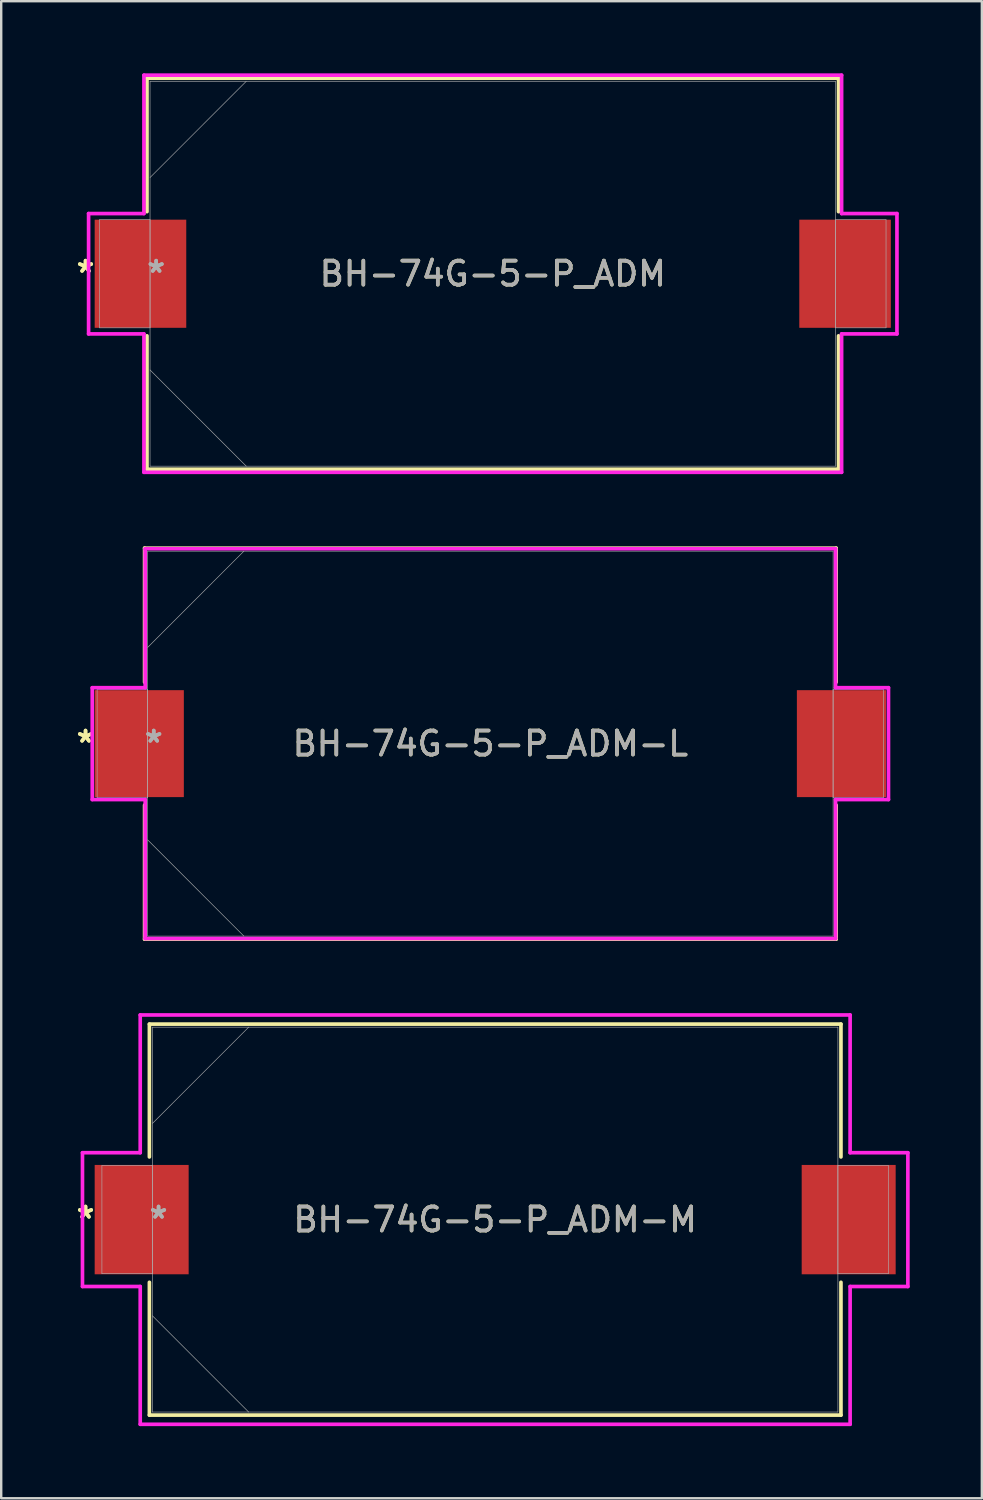
<source format=kicad_pcb>
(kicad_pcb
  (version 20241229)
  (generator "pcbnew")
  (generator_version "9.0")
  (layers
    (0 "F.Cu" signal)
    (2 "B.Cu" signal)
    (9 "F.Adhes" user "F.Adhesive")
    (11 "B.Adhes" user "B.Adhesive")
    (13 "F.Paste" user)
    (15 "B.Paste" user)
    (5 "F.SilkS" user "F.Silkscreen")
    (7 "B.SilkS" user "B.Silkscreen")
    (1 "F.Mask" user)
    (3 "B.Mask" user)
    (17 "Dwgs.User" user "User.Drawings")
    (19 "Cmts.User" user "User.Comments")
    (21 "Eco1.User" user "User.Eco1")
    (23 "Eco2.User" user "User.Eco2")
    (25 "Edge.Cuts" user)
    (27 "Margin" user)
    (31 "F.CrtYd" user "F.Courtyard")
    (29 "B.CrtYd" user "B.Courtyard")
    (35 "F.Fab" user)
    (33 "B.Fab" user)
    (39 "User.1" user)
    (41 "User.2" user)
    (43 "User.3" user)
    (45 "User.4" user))
  (footprint "BH-74G-5-P_ADM"
    (layer "F.Cu")
    (at 17.437 8.331)
    (property "Reference" "BH-74G-5-P_ADM" (at 0 0 0) (unlocked yes) (layer "F.SilkS") (effects (font (size 1 1) (thickness 0.15))))
    (attr smd)
    (fp_line (start -14.376 -8.128) (end -14.376 -2.581) (stroke (width 0.152) (type solid)) (layer "F.SilkS"))
    (fp_line (start -14.376 2.581) (end -14.376 8.128) (stroke (width 0.152) (type solid)) (layer "F.SilkS"))
    (fp_line (start -14.376 8.128) (end 14.376 8.128) (stroke (width 0.152) (type solid)) (layer "F.SilkS"))
    (fp_line (start 14.376 -8.128) (end -14.376 -8.128) (stroke (width 0.152) (type solid)) (layer "F.SilkS"))
    (fp_line (start 14.376 -2.581) (end 14.376 -8.128) (stroke (width 0.152) (type solid)) (layer "F.SilkS"))
    (fp_line (start 14.376 8.128) (end 14.376 2.581) (stroke (width 0.152) (type solid)) (layer "F.SilkS"))
    (fp_line (start -16.804 -2.502) (end -14.503 -2.502) (stroke (width 0.152) (type solid)) (layer "F.CrtYd"))
    (fp_line (start -16.804 2.502) (end -16.804 -2.502) (stroke (width 0.152) (type solid)) (layer "F.CrtYd"))
    (fp_line (start -14.503 -8.255) (end 14.503 -8.255) (stroke (width 0.152) (type solid)) (layer "F.CrtYd"))
    (fp_line (start -14.503 -2.502) (end -14.503 -8.255) (stroke (width 0.152) (type solid)) (layer "F.CrtYd"))
    (fp_line (start -14.503 2.502) (end -16.804 2.502) (stroke (width 0.152) (type solid)) (layer "F.CrtYd"))
    (fp_line (start -14.503 8.255) (end -14.503 2.502) (stroke (width 0.152) (type solid)) (layer "F.CrtYd"))
    (fp_line (start 14.503 -8.255) (end 14.503 -2.502) (stroke (width 0.152) (type solid)) (layer "F.CrtYd"))
    (fp_line (start 14.503 -2.502) (end 16.804 -2.502) (stroke (width 0.152) (type solid)) (layer "F.CrtYd"))
    (fp_line (start 14.503 2.502) (end 14.503 8.255) (stroke (width 0.152) (type solid)) (layer "F.CrtYd"))
    (fp_line (start 14.503 8.255) (end -14.503 8.255) (stroke (width 0.152) (type solid)) (layer "F.CrtYd"))
    (fp_line (start 16.804 -2.502) (end 16.804 2.502) (stroke (width 0.152) (type solid)) (layer "F.CrtYd"))
    (fp_line (start 16.804 2.502) (end 14.503 2.502) (stroke (width 0.152) (type solid)) (layer "F.CrtYd"))
    (fp_line (start -16.35 -2.248) (end -16.35 2.248) (stroke (width 0.025) (type solid)) (layer "F.Fab"))
    (fp_line (start -16.35 2.248) (end -14.249 2.248) (stroke (width 0.025) (type solid)) (layer "F.Fab"))
    (fp_line (start -14.249 -8.001) (end -14.249 8.001) (stroke (width 0.025) (type solid)) (layer "F.Fab"))
    (fp_line (start -14.249 -4) (end -10.249 -8.001) (stroke (width 0.025) (type solid)) (layer "F.Fab"))
    (fp_line (start -14.249 -2.248) (end -16.35 -2.248) (stroke (width 0.025) (type solid)) (layer "F.Fab"))
    (fp_line (start -14.249 2.248) (end -14.249 -2.248) (stroke (width 0.025) (type solid)) (layer "F.Fab"))
    (fp_line (start -14.249 4) (end -10.249 8.001) (stroke (width 0.025) (type solid)) (layer "F.Fab"))
    (fp_line (start -14.249 8.001) (end 14.249 8.001) (stroke (width 0.025) (type solid)) (layer "F.Fab"))
    (fp_line (start 14.249 -8.001) (end -14.249 -8.001) (stroke (width 0.025) (type solid)) (layer "F.Fab"))
    (fp_line (start 14.249 -2.248) (end 14.249 2.248) (stroke (width 0.025) (type solid)) (layer "F.Fab"))
    (fp_line (start 14.249 2.248) (end 16.35 2.248) (stroke (width 0.025) (type solid)) (layer "F.Fab"))
    (fp_line (start 14.249 8.001) (end 14.249 -8.001) (stroke (width 0.025) (type solid)) (layer "F.Fab"))
    (fp_line (start 16.35 -2.248) (end 14.249 -2.248) (stroke (width 0.025) (type solid)) (layer "F.Fab"))
    (fp_line (start 16.35 2.248) (end 16.35 -2.248) (stroke (width 0.025) (type solid)) (layer "F.Fab"))
    (fp_text user "*" (at -16.931 0 0) (layer "F.SilkS") (effects (font (size 1 1) (thickness 0.15))))
    (fp_text user "*" (at -16.931 0 0) (unlocked yes) (layer "F.SilkS") (effects (font (size 1 1) (thickness 0.15))))
    (fp_text user "${REFERENCE}" (at 0 0 0) (unlocked yes) (layer "F.Fab") (effects (font (size 1 1) (thickness 0.15))))
    (fp_text user "*" (at -13.995 0 0) (layer "F.Fab") (effects (font (size 1 1) (thickness 0.15))))
    (fp_text user "*" (at -13.995 0 0) (unlocked yes) (layer "F.Fab") (effects (font (size 1 1) (thickness 0.15))))
    (pad "1" smd rect (at -14.647 0) (size 3.807 4.496) (layers "F.Cu" "F.Mask" "F.Paste"))
    (pad "2" smd rect (at 14.647 0) (size 3.807 4.496) (layers "F.Cu" "F.Mask" "F.Paste"))
    (zone (net_name "") (layer "F.Cu") (hatch full 0.508) (connect_pads) (min_thickness 0.254) (filled_areas_thickness no) (keepout (tracks not_allowed) (vias not_allowed) (pads allowed) (copperpour not_allowed) (footprints allowed)) (placement (enabled no)) (fill) (polygon (pts (xy 4.745 0.381) (xy 30.129 0.381) (xy 30.129 16.281) (xy 4.745 16.281)))))
  (footprint "BH-74G-5-P_ADM-M"
    (layer "F.Cu")
    (at 17.537 47.656)
    (property "Reference" "BH-74G-5-P_ADM-M" (at 0 0 0) (unlocked yes) (layer "F.SilkS") (effects (font (size 1 1) (thickness 0.15))))
    (attr smd)
    (fp_line (start -14.376 -8.128) (end -14.376 -2.606) (stroke (width 0.152) (type solid)) (layer "F.SilkS"))
    (fp_line (start -14.376 2.606) (end -14.376 8.128) (stroke (width 0.152) (type solid)) (layer "F.SilkS"))
    (fp_line (start -14.376 8.128) (end 14.376 8.128) (stroke (width 0.152) (type solid)) (layer "F.SilkS"))
    (fp_line (start 14.376 -8.128) (end -14.376 -8.128) (stroke (width 0.152) (type solid)) (layer "F.SilkS"))
    (fp_line (start 14.376 -2.606) (end 14.376 -8.128) (stroke (width 0.152) (type solid)) (layer "F.SilkS"))
    (fp_line (start 14.376 8.128) (end 14.376 2.606) (stroke (width 0.152) (type solid)) (layer "F.SilkS"))
    (fp_line (start -17.158 -2.781) (end -14.757 -2.781) (stroke (width 0.152) (type solid)) (layer "F.CrtYd"))
    (fp_line (start -17.158 2.781) (end -17.158 -2.781) (stroke (width 0.152) (type solid)) (layer "F.CrtYd"))
    (fp_line (start -14.757 -8.509) (end 14.757 -8.509) (stroke (width 0.152) (type solid)) (layer "F.CrtYd"))
    (fp_line (start -14.757 -2.781) (end -14.757 -8.509) (stroke (width 0.152) (type solid)) (layer "F.CrtYd"))
    (fp_line (start -14.757 2.781) (end -17.158 2.781) (stroke (width 0.152) (type solid)) (layer "F.CrtYd"))
    (fp_line (start -14.757 8.509) (end -14.757 2.781) (stroke (width 0.152) (type solid)) (layer "F.CrtYd"))
    (fp_line (start 14.757 -8.509) (end 14.757 -2.781) (stroke (width 0.152) (type solid)) (layer "F.CrtYd"))
    (fp_line (start 14.757 -2.781) (end 17.158 -2.781) (stroke (width 0.152) (type solid)) (layer "F.CrtYd"))
    (fp_line (start 14.757 2.781) (end 14.757 8.509) (stroke (width 0.152) (type solid)) (layer "F.CrtYd"))
    (fp_line (start 14.757 8.509) (end -14.757 8.509) (stroke (width 0.152) (type solid)) (layer "F.CrtYd"))
    (fp_line (start 17.158 -2.781) (end 17.158 2.781) (stroke (width 0.152) (type solid)) (layer "F.CrtYd"))
    (fp_line (start 17.158 2.781) (end 14.757 2.781) (stroke (width 0.152) (type solid)) (layer "F.CrtYd"))
    (fp_line (start -16.35 -2.248) (end -16.35 2.248) (stroke (width 0.025) (type solid)) (layer "F.Fab"))
    (fp_line (start -16.35 2.248) (end -14.249 2.248) (stroke (width 0.025) (type solid)) (layer "F.Fab"))
    (fp_line (start -14.249 -8.001) (end -14.249 8.001) (stroke (width 0.025) (type solid)) (layer "F.Fab"))
    (fp_line (start -14.249 -4) (end -10.249 -8.001) (stroke (width 0.025) (type solid)) (layer "F.Fab"))
    (fp_line (start -14.249 -2.248) (end -16.35 -2.248) (stroke (width 0.025) (type solid)) (layer "F.Fab"))
    (fp_line (start -14.249 2.248) (end -14.249 -2.248) (stroke (width 0.025) (type solid)) (layer "F.Fab"))
    (fp_line (start -14.249 4) (end -10.249 8.001) (stroke (width 0.025) (type solid)) (layer "F.Fab"))
    (fp_line (start -14.249 8.001) (end 14.249 8.001) (stroke (width 0.025) (type solid)) (layer "F.Fab"))
    (fp_line (start 14.249 -8.001) (end -14.249 -8.001) (stroke (width 0.025) (type solid)) (layer "F.Fab"))
    (fp_line (start 14.249 -2.248) (end 14.249 2.248) (stroke (width 0.025) (type solid)) (layer "F.Fab"))
    (fp_line (start 14.249 2.248) (end 16.35 2.248) (stroke (width 0.025) (type solid)) (layer "F.Fab"))
    (fp_line (start 14.249 8.001) (end 14.249 -8.001) (stroke (width 0.025) (type solid)) (layer "F.Fab"))
    (fp_line (start 16.35 -2.248) (end 14.249 -2.248) (stroke (width 0.025) (type solid)) (layer "F.Fab"))
    (fp_line (start 16.35 2.248) (end 16.35 -2.248) (stroke (width 0.025) (type solid)) (layer "F.Fab"))
    (fp_text user "*" (at -17.031 0 0) (layer "F.SilkS") (effects (font (size 1 1) (thickness 0.15))))
    (fp_text user "*" (at -17.031 0 0) (unlocked yes) (layer "F.SilkS") (effects (font (size 1 1) (thickness 0.15))))
    (fp_text user "*" (at -13.995 0 0) (layer "F.Fab") (effects (font (size 1 1) (thickness 0.15))))
    (fp_text user "${REFERENCE}" (at 0 0 0) (unlocked yes) (layer "F.Fab") (effects (font (size 1 1) (thickness 0.15))))
    (fp_text user "*" (at -13.995 0 0) (unlocked yes) (layer "F.Fab") (effects (font (size 1 1) (thickness 0.15))))
    (pad "1" smd rect (at -14.697 0) (size 3.907 4.546) (layers "F.Cu" "F.Mask" "F.Paste"))
    (pad "2" smd rect (at 14.697 0) (size 3.907 4.546) (layers "F.Cu" "F.Mask" "F.Paste"))
    (zone (net_name "") (layer "F.Cu") (hatch full 0.508) (connect_pads) (min_thickness 0.254) (filled_areas_thickness no) (keepout (tracks not_allowed) (vias not_allowed) (pads allowed) (copperpour not_allowed) (footprints allowed)) (placement (enabled no)) (fill) (polygon (pts (xy 4.845 39.706) (xy 30.229 39.706) (xy 30.229 55.606) (xy 4.845 55.606)))))
  (footprint "BH-74G-5-P_ADM-L"
    (layer "F.Cu")
    (at 17.337 27.867)
    (property "Reference" "BH-74G-5-P_ADM-L" (at 0 0 0) (unlocked yes) (layer "F.SilkS") (effects (font (size 1 1) (thickness 0.15))))
    (attr smd)
    (fp_line (start -14.376 -8.128) (end -14.376 -2.556) (stroke (width 0.152) (type solid)) (layer "F.SilkS"))
    (fp_line (start -14.376 2.556) (end -14.376 8.128) (stroke (width 0.152) (type solid)) (layer "F.SilkS"))
    (fp_line (start -14.376 8.128) (end 14.376 8.128) (stroke (width 0.152) (type solid)) (layer "F.SilkS"))
    (fp_line (start 14.376 -8.128) (end -14.376 -8.128) (stroke (width 0.152) (type solid)) (layer "F.SilkS"))
    (fp_line (start 14.376 -2.556) (end 14.376 -8.128) (stroke (width 0.152) (type solid)) (layer "F.SilkS"))
    (fp_line (start 14.376 8.128) (end 14.376 2.556) (stroke (width 0.152) (type solid)) (layer "F.SilkS"))
    (fp_line (start -16.552 -2.325) (end -14.351 -2.325) (stroke (width 0.152) (type solid)) (layer "F.CrtYd"))
    (fp_line (start -16.552 2.325) (end -16.552 -2.325) (stroke (width 0.152) (type solid)) (layer "F.CrtYd"))
    (fp_line (start -14.351 -8.103) (end 14.351 -8.103) (stroke (width 0.152) (type solid)) (layer "F.CrtYd"))
    (fp_line (start -14.351 -2.325) (end -14.351 -8.103) (stroke (width 0.152) (type solid)) (layer "F.CrtYd"))
    (fp_line (start -14.351 2.325) (end -16.552 2.325) (stroke (width 0.152) (type solid)) (layer "F.CrtYd"))
    (fp_line (start -14.351 8.103) (end -14.351 2.325) (stroke (width 0.152) (type solid)) (layer "F.CrtYd"))
    (fp_line (start 14.351 -8.103) (end 14.351 -2.325) (stroke (width 0.152) (type solid)) (layer "F.CrtYd"))
    (fp_line (start 14.351 -2.325) (end 16.552 -2.325) (stroke (width 0.152) (type solid)) (layer "F.CrtYd"))
    (fp_line (start 14.351 2.325) (end 14.351 8.103) (stroke (width 0.152) (type solid)) (layer "F.CrtYd"))
    (fp_line (start 14.351 8.103) (end -14.351 8.103) (stroke (width 0.152) (type solid)) (layer "F.CrtYd"))
    (fp_line (start 16.552 -2.325) (end 16.552 2.325) (stroke (width 0.152) (type solid)) (layer "F.CrtYd"))
    (fp_line (start 16.552 2.325) (end 14.351 2.325) (stroke (width 0.152) (type solid)) (layer "F.CrtYd"))
    (fp_line (start -16.35 -2.248) (end -16.35 2.248) (stroke (width 0.025) (type solid)) (layer "F.Fab"))
    (fp_line (start -16.35 2.248) (end -14.249 2.248) (stroke (width 0.025) (type solid)) (layer "F.Fab"))
    (fp_line (start -14.249 -8.001) (end -14.249 8.001) (stroke (width 0.025) (type solid)) (layer "F.Fab"))
    (fp_line (start -14.249 -4) (end -10.249 -8.001) (stroke (width 0.025) (type solid)) (layer "F.Fab"))
    (fp_line (start -14.249 -2.248) (end -16.35 -2.248) (stroke (width 0.025) (type solid)) (layer "F.Fab"))
    (fp_line (start -14.249 2.248) (end -14.249 -2.248) (stroke (width 0.025) (type solid)) (layer "F.Fab"))
    (fp_line (start -14.249 4) (end -10.249 8.001) (stroke (width 0.025) (type solid)) (layer "F.Fab"))
    (fp_line (start -14.249 8.001) (end 14.249 8.001) (stroke (width 0.025) (type solid)) (layer "F.Fab"))
    (fp_line (start 14.249 -8.001) (end -14.249 -8.001) (stroke (width 0.025) (type solid)) (layer "F.Fab"))
    (fp_line (start 14.249 -2.248) (end 14.249 2.248) (stroke (width 0.025) (type solid)) (layer "F.Fab"))
    (fp_line (start 14.249 2.248) (end 16.35 2.248) (stroke (width 0.025) (type solid)) (layer "F.Fab"))
    (fp_line (start 14.249 8.001) (end 14.249 -8.001) (stroke (width 0.025) (type solid)) (layer "F.Fab"))
    (fp_line (start 16.35 -2.248) (end 14.249 -2.248) (stroke (width 0.025) (type solid)) (layer "F.Fab"))
    (fp_line (start 16.35 2.248) (end 16.35 -2.248) (stroke (width 0.025) (type solid)) (layer "F.Fab"))
    (fp_text user "*" (at -16.831 0 0) (unlocked yes) (layer "F.SilkS") (effects (font (size 1 1) (thickness 0.15))))
    (fp_text user "*" (at -16.831 0 0) (layer "F.SilkS") (effects (font (size 1 1) (thickness 0.15))))
    (fp_text user "*" (at -13.995 0 0) (unlocked yes) (layer "F.Fab") (effects (font (size 1 1) (thickness 0.15))))
    (fp_text user "${REFERENCE}" (at 0 0 0) (unlocked yes) (layer "F.Fab") (effects (font (size 1 1) (thickness 0.15))))
    (fp_text user "*" (at -13.995 0 0) (layer "F.Fab") (effects (font (size 1 1) (thickness 0.15))))
    (pad "1" smd rect (at -14.597 0) (size 3.707 4.446) (layers "F.Cu" "F.Mask" "F.Paste"))
    (pad "2" smd rect (at 14.597 0) (size 3.707 4.446) (layers "F.Cu" "F.Mask" "F.Paste"))
    (zone (net_name "") (layer "F.Cu") (hatch full 0.508) (connect_pads) (min_thickness 0.254) (filled_areas_thickness no) (keepout (tracks not_allowed) (vias not_allowed) (pads allowed) (copperpour not_allowed) (footprints allowed)) (placement (enabled no)) (fill) (polygon (pts (xy 4.645 19.916) (xy 30.029 19.916) (xy 30.029 35.817) (xy 4.645 35.817)))))
  (gr_rect
    (start -3 -3)
    (end 37.771 59.241)
    (stroke (width 0.1) (type default))
    (fill no)
    (layer "Edge.Cuts")))
</source>
